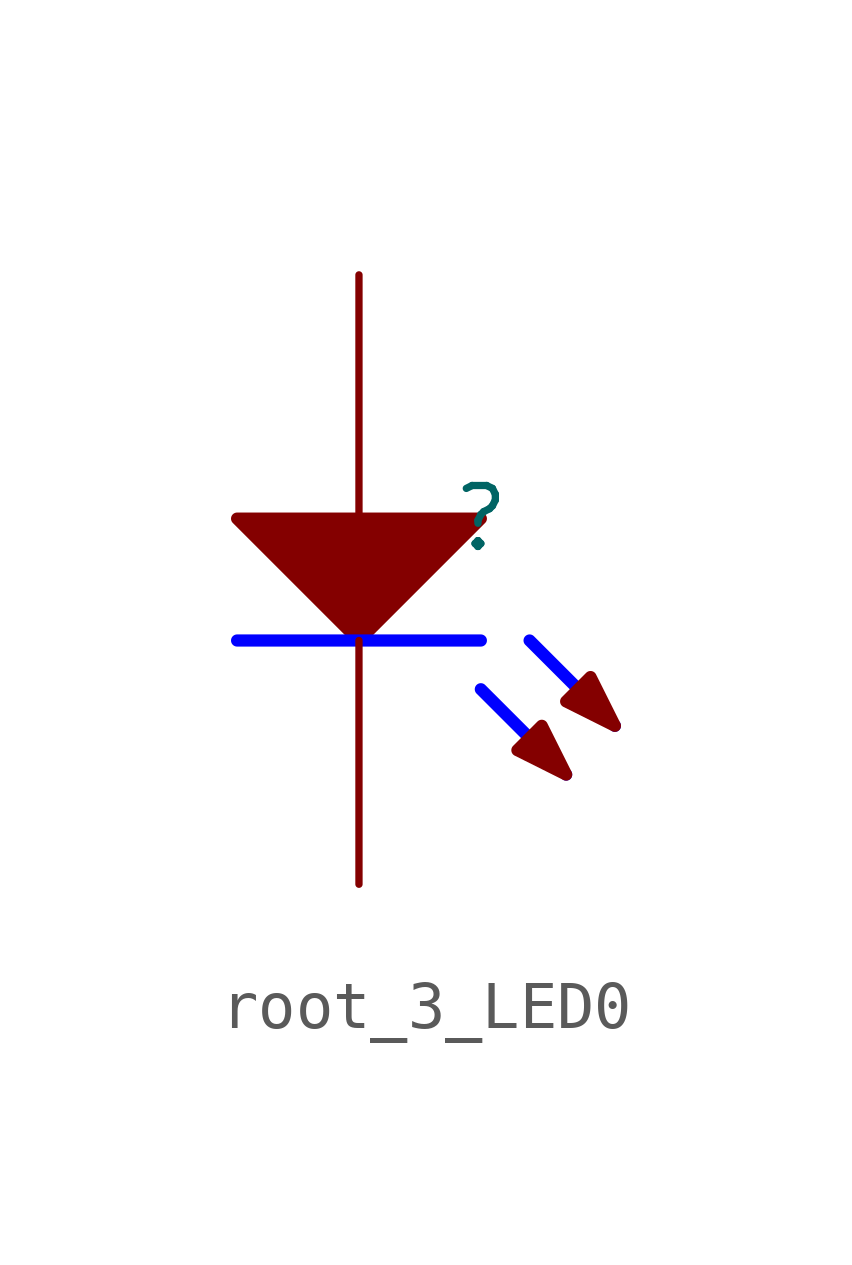
<source format=kicad_sym>
(kicad_symbol_lib
  (version 20241209)
  (generator "kicad_symbol_editor")
  (generator_version "9.0")
  (symbol "root_3_LED0"
    (property "Reference" ""
      (at 0 0 0)
      (effects (font (size 1.27 1.27))))
    (property "Value" ""
      (at 0 0 0)
      (effects (font (size 1.27 1.27))))
    (symbol "root_3_LED0_1_0"
      (polyline (pts (xy -5.08 0) (xy -2.54 -2.54) (xy 0 0) (xy -5.08 0)) (stroke (width 0.254) (type solid)) (fill (type outline)))
      (polyline (pts (xy 0 -2.54) (xy -5.08 -2.54)) (stroke (width 0.254) (type solid) (color 0 0 255 1)) (fill (type none)))
      (polyline (pts (xy 0 -3.556) (xy 1.778 -5.334)) (stroke (width 0.254) (type solid) (color 0 0 255 1)) (fill (type none)))
      (polyline (pts (xy 1.016 -2.54) (xy 2.794 -4.318)) (stroke (width 0.254) (type solid) (color 0 0 255 1)) (fill (type none)))
      (polyline (pts (xy 1.778 -5.334) (xy 1.27 -4.318) (xy 0.762 -4.826) (xy 1.778 -5.334)) (stroke (width 0.254) (type solid)) (fill (type outline)))
      (polyline (pts (xy 2.794 -4.318) (xy 2.286 -3.302) (xy 1.778 -3.81) (xy 2.794 -4.318)) (stroke (width 0.254) (type solid)) (fill (type outline)))
      (pin passive line (at -2.54 5.08 270) (length 5.08) (name "A" (effects (font (size 0 0)))) (number "1" (effects (font (size 0 0)))))
      (pin passive line (at -2.54 -7.62 90) (length 5.08) (name "K" (effects (font (size 0 0)))) (number "2" (effects (font (size 0 0))))))))
</source>
